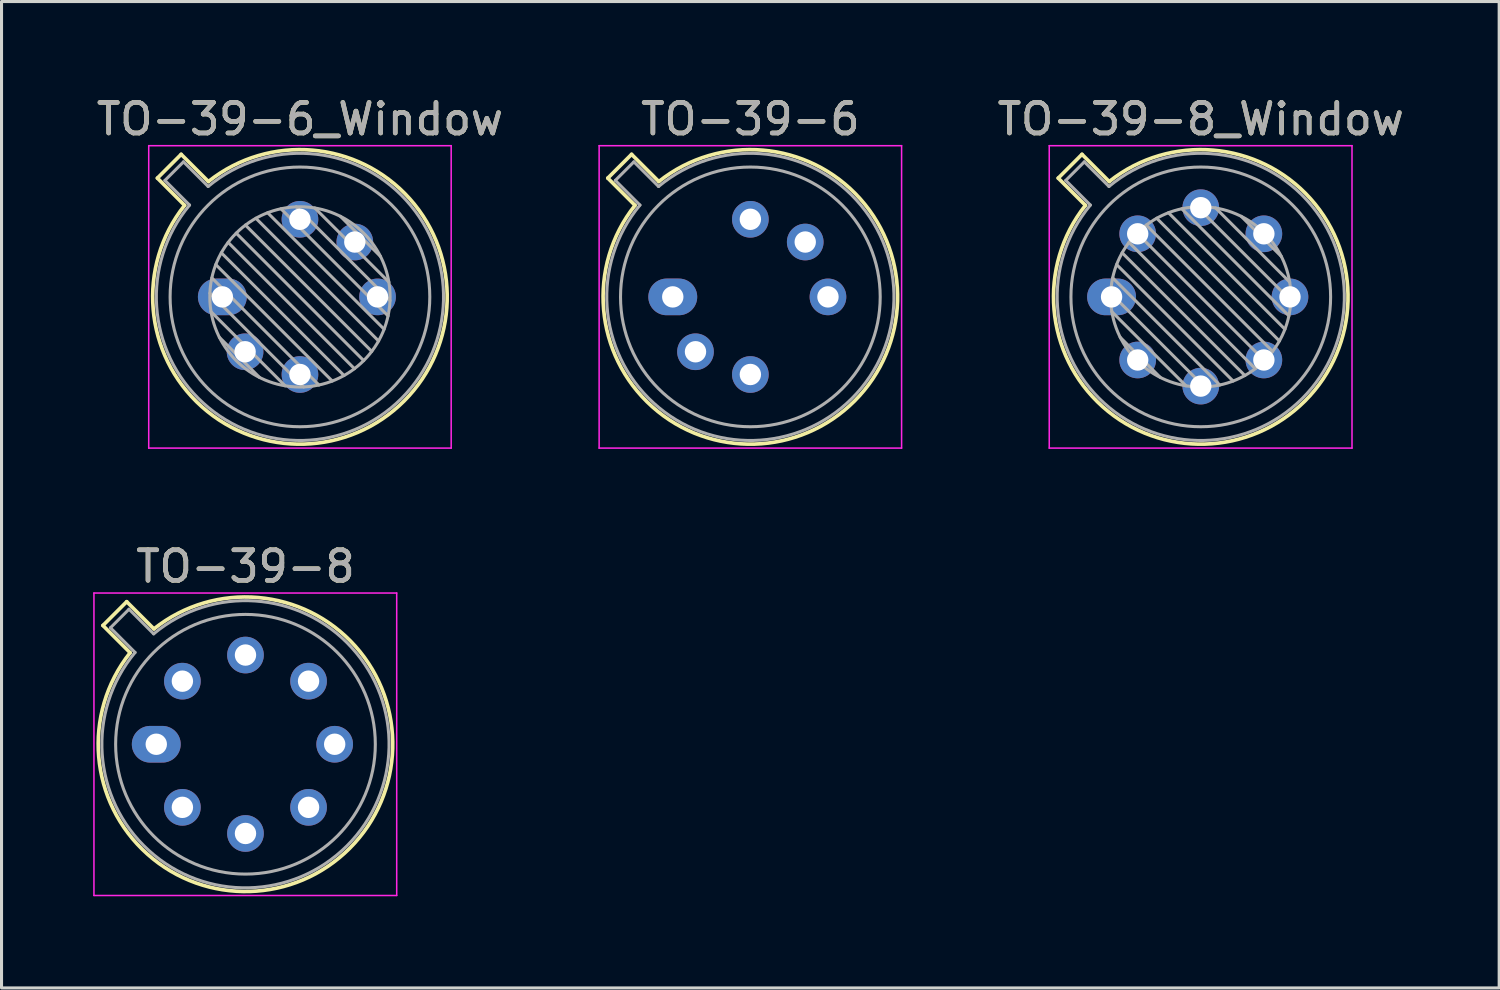
<source format=kicad_pcb>
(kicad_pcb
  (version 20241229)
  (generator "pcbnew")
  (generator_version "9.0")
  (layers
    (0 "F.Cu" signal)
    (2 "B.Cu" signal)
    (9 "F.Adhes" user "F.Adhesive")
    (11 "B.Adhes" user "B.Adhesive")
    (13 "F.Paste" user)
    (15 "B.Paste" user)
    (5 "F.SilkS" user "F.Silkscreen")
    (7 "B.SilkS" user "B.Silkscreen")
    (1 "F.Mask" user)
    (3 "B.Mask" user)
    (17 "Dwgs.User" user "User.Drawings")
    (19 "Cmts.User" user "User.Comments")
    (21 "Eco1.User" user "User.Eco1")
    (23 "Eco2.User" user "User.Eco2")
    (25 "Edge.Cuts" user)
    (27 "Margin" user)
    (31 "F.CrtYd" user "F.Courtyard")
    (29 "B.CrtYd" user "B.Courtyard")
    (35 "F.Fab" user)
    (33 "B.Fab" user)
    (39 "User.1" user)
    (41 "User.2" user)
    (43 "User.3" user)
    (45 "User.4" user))
  (footprint "TO-39-8"
    (layer "F.Cu")
    (at 2.065 21.311)
    (property "Reference" "TO-39-8" (at 2.92 -5.82 0) (layer "F.SilkS") (effects (font (size 1 1) (thickness 0.15))))
    (attr through_hole)
    (fp_line (start -1.746 -3.888) (end -0.855 -2.997) (stroke (width 0.12) (type solid)) (layer "F.SilkS"))
    (fp_line (start -0.968 -4.666) (end -1.746 -3.888) (stroke (width 0.12) (type solid)) (layer "F.SilkS"))
    (fp_line (start -0.077 -3.775) (end -0.968 -4.666) (stroke (width 0.12) (type solid)) (layer "F.SilkS"))
    (fp_arc (start -0.077084 -3.774902) (mid 6.328125 3.408384) (end -0.854674 -2.997371) (stroke (width 0.12) (type solid)) (layer "F.SilkS"))
    (fp_line (start -2.04 -4.95) (end -2.04 4.95) (stroke (width 0.05) (type solid)) (layer "F.CrtYd"))
    (fp_line (start -2.04 4.95) (end 7.87 4.95) (stroke (width 0.05) (type solid)) (layer "F.CrtYd"))
    (fp_line (start 7.87 -4.95) (end -2.04 -4.95) (stroke (width 0.05) (type solid)) (layer "F.CrtYd"))
    (fp_line (start 7.87 4.95) (end 7.87 -4.95) (stroke (width 0.05) (type solid)) (layer "F.CrtYd"))
    (fp_line (start -1.5 -3.812) (end -0.694 -3.005) (stroke (width 0.1) (type solid)) (layer "F.Fab"))
    (fp_line (start -0.892 -4.42) (end -1.5 -3.812) (stroke (width 0.1) (type solid)) (layer "F.Fab"))
    (fp_line (start -0.085 -3.614) (end -0.892 -4.42) (stroke (width 0.1) (type solid)) (layer "F.Fab"))
    (fp_arc (start -0.085408 -3.61352) (mid 6.243443 3.323361) (end -0.693594 -3.005319) (stroke (width 0.1) (type solid)) (layer "F.Fab"))
    (fp_circle (center 2.92 0) (end 7.17 0) (stroke (width 0.1) (type solid)) (fill no) (layer "F.Fab"))
    (fp_text user "${REFERENCE}" (at 2.92 -5.82 0) (layer "F.Fab") (effects (font (size 1 1) (thickness 0.15))))
    (pad "1" thru_hole oval (at 0 0) (size 1.6 1.2) (drill 0.7) (layers "*.Cu" "*.Mask"))
    (pad "2" thru_hole oval (at 0.855 2.065) (size 1.2 1.2) (drill 0.7) (layers "*.Cu" "*.Mask"))
    (pad "3" thru_hole oval (at 2.92 2.92) (size 1.2 1.2) (drill 0.7) (layers "*.Cu" "*.Mask"))
    (pad "4" thru_hole oval (at 4.985 2.065) (size 1.2 1.2) (drill 0.7) (layers "*.Cu" "*.Mask"))
    (pad "5" thru_hole oval (at 5.84 0) (size 1.2 1.2) (drill 0.7) (layers "*.Cu" "*.Mask"))
    (pad "6" thru_hole oval (at 4.985 -2.065) (size 1.2 1.2) (drill 0.7) (layers "*.Cu" "*.Mask"))
    (pad "7" thru_hole oval (at 2.92 -2.92) (size 1.2 1.2) (drill 0.7) (layers "*.Cu" "*.Mask"))
    (pad "8" thru_hole oval (at 0.855 -2.065) (size 1.2 1.2) (drill 0.7) (layers "*.Cu" "*.Mask")))
  (footprint "TO-39-6_Window"
    (layer "F.Cu")
    (at 4.228 6.668)
    (property "Reference" "TO-39-6_Window" (at 2.54 -5.82 0) (layer "F.SilkS") (effects (font (size 1 1) (thickness 0.15))))
    (attr through_hole)
    (fp_line (start -2.126 -3.888) (end -1.235 -2.997) (stroke (width 0.12) (type solid)) (layer "F.SilkS"))
    (fp_line (start -1.348 -4.666) (end -2.126 -3.888) (stroke (width 0.12) (type solid)) (layer "F.SilkS"))
    (fp_line (start -0.457 -3.775) (end -1.348 -4.666) (stroke (width 0.12) (type solid)) (layer "F.SilkS"))
    (fp_arc (start -0.457084 -3.774902) (mid 5.948125 3.408384) (end -1.234674 -2.997371) (stroke (width 0.12) (type solid)) (layer "F.SilkS"))
    (fp_line (start -2.41 -4.95) (end -2.41 4.95) (stroke (width 0.05) (type solid)) (layer "F.CrtYd"))
    (fp_line (start -2.41 4.95) (end 7.49 4.95) (stroke (width 0.05) (type solid)) (layer "F.CrtYd"))
    (fp_line (start 7.49 -4.95) (end -2.41 -4.95) (stroke (width 0.05) (type solid)) (layer "F.CrtYd"))
    (fp_line (start 7.49 4.95) (end 7.49 -4.95) (stroke (width 0.05) (type solid)) (layer "F.CrtYd"))
    (fp_line (start -1.88 -3.812) (end -1.074 -3.005) (stroke (width 0.1) (type solid)) (layer "F.Fab"))
    (fp_line (start -1.272 -4.42) (end -1.88 -3.812) (stroke (width 0.1) (type solid)) (layer "F.Fab"))
    (fp_line (start -0.465 -3.614) (end -1.272 -4.42) (stroke (width 0.1) (type solid)) (layer "F.Fab"))
    (fp_line (start -0.408 -0.12) (end 2.66 2.948) (stroke (width 0.1) (type solid)) (layer "F.Fab"))
    (fp_line (start -0.371 0.485) (end 2.055 2.911) (stroke (width 0.1) (type solid)) (layer "F.Fab"))
    (fp_line (start -0.344 -0.622) (end 3.162 2.884) (stroke (width 0.1) (type solid)) (layer "F.Fab"))
    (fp_line (start -0.215 -1.058) (end 3.598 2.755) (stroke (width 0.1) (type solid)) (layer "F.Fab"))
    (fp_line (start -0.097 1.324) (end 1.216 2.637) (stroke (width 0.1) (type solid)) (layer "F.Fab"))
    (fp_line (start -0.034 -1.443) (end 3.983 2.574) (stroke (width 0.1) (type solid)) (layer "F.Fab"))
    (fp_line (start 0.19 -1.784) (end 4.324 2.35) (stroke (width 0.1) (type solid)) (layer "F.Fab"))
    (fp_line (start 0.454 -2.086) (end 4.626 2.086) (stroke (width 0.1) (type solid)) (layer "F.Fab"))
    (fp_line (start 0.756 -2.35) (end 4.89 1.784) (stroke (width 0.1) (type solid)) (layer "F.Fab"))
    (fp_line (start 1.097 -2.574) (end 5.114 1.443) (stroke (width 0.1) (type solid)) (layer "F.Fab"))
    (fp_line (start 1.482 -2.755) (end 5.295 1.058) (stroke (width 0.1) (type solid)) (layer "F.Fab"))
    (fp_line (start 1.918 -2.884) (end 5.424 0.622) (stroke (width 0.1) (type solid)) (layer "F.Fab"))
    (fp_line (start 2.42 -2.948) (end 5.488 0.12) (stroke (width 0.1) (type solid)) (layer "F.Fab"))
    (fp_line (start 3.025 -2.911) (end 5.451 -0.485) (stroke (width 0.1) (type solid)) (layer "F.Fab"))
    (fp_line (start 3.864 -2.637) (end 5.177 -1.324) (stroke (width 0.1) (type solid)) (layer "F.Fab"))
    (fp_arc (start -0.465408 -3.61352) (mid 5.863443 3.323361) (end -1.073594 -3.005319) (stroke (width 0.1) (type solid)) (layer "F.Fab"))
    (fp_circle (center 2.54 0) (end 5.49 0) (stroke (width 0.1) (type solid)) (fill no) (layer "F.Fab"))
    (fp_circle (center 2.54 0) (end 6.79 0) (stroke (width 0.1) (type solid)) (fill no) (layer "F.Fab"))
    (fp_text user "${REFERENCE}" (at 2.54 -5.82 0) (layer "F.Fab") (effects (font (size 1 1) (thickness 0.15))))
    (pad "1" thru_hole oval (at 0 0) (size 1.6 1.2) (drill 0.7) (layers "*.Cu" "*.Mask"))
    (pad "2" thru_hole oval (at 0.744 1.796) (size 1.2 1.2) (drill 0.7) (layers "*.Cu" "*.Mask"))
    (pad "3" thru_hole oval (at 2.54 2.54) (size 1.2 1.2) (drill 0.7) (layers "*.Cu" "*.Mask"))
    (pad "4" thru_hole oval (at 5.08 0) (size 1.2 1.2) (drill 0.7) (layers "*.Cu" "*.Mask"))
    (pad "5" thru_hole oval (at 4.336 -1.796) (size 1.2 1.2) (drill 0.7) (layers "*.Cu" "*.Mask"))
    (pad "6" thru_hole oval (at 2.54 -2.54) (size 1.2 1.2) (drill 0.7) (layers "*.Cu" "*.Mask")))
  (footprint "TO-39-8_Window"
    (layer "F.Cu")
    (at 33.334 6.668)
    (property "Reference" "TO-39-8_Window" (at 2.92 -5.82 0) (layer "F.SilkS") (effects (font (size 1 1) (thickness 0.15))))
    (attr through_hole)
    (fp_line (start -1.746 -3.888) (end -0.855 -2.997) (stroke (width 0.12) (type solid)) (layer "F.SilkS"))
    (fp_line (start -0.968 -4.666) (end -1.746 -3.888) (stroke (width 0.12) (type solid)) (layer "F.SilkS"))
    (fp_line (start -0.077 -3.775) (end -0.968 -4.666) (stroke (width 0.12) (type solid)) (layer "F.SilkS"))
    (fp_arc (start -0.077084 -3.774902) (mid 6.328125 3.408384) (end -0.854674 -2.997371) (stroke (width 0.12) (type solid)) (layer "F.SilkS"))
    (fp_line (start -2.04 -4.95) (end -2.04 4.95) (stroke (width 0.05) (type solid)) (layer "F.CrtYd"))
    (fp_line (start -2.04 4.95) (end 7.87 4.95) (stroke (width 0.05) (type solid)) (layer "F.CrtYd"))
    (fp_line (start 7.87 -4.95) (end -2.04 -4.95) (stroke (width 0.05) (type solid)) (layer "F.CrtYd"))
    (fp_line (start 7.87 4.95) (end 7.87 -4.95) (stroke (width 0.05) (type solid)) (layer "F.CrtYd"))
    (fp_line (start -1.5 -3.812) (end -0.694 -3.005) (stroke (width 0.1) (type solid)) (layer "F.Fab"))
    (fp_line (start -0.892 -4.42) (end -1.5 -3.812) (stroke (width 0.1) (type solid)) (layer "F.Fab"))
    (fp_line (start -0.085 -3.614) (end -0.892 -4.42) (stroke (width 0.1) (type solid)) (layer "F.Fab"))
    (fp_line (start -0.028 -0.12) (end 3.04 2.948) (stroke (width 0.1) (type solid)) (layer "F.Fab"))
    (fp_line (start 0.009 0.485) (end 2.435 2.911) (stroke (width 0.1) (type solid)) (layer "F.Fab"))
    (fp_line (start 0.036 -0.622) (end 3.542 2.884) (stroke (width 0.1) (type solid)) (layer "F.Fab"))
    (fp_line (start 0.165 -1.058) (end 3.978 2.755) (stroke (width 0.1) (type solid)) (layer "F.Fab"))
    (fp_line (start 0.283 1.324) (end 1.596 2.637) (stroke (width 0.1) (type solid)) (layer "F.Fab"))
    (fp_line (start 0.346 -1.443) (end 4.363 2.574) (stroke (width 0.1) (type solid)) (layer "F.Fab"))
    (fp_line (start 0.57 -1.784) (end 4.704 2.35) (stroke (width 0.1) (type solid)) (layer "F.Fab"))
    (fp_line (start 0.834 -2.086) (end 5.006 2.086) (stroke (width 0.1) (type solid)) (layer "F.Fab"))
    (fp_line (start 1.136 -2.35) (end 5.27 1.784) (stroke (width 0.1) (type solid)) (layer "F.Fab"))
    (fp_line (start 1.477 -2.574) (end 5.494 1.443) (stroke (width 0.1) (type solid)) (layer "F.Fab"))
    (fp_line (start 1.862 -2.755) (end 5.675 1.058) (stroke (width 0.1) (type solid)) (layer "F.Fab"))
    (fp_line (start 2.298 -2.884) (end 5.804 0.622) (stroke (width 0.1) (type solid)) (layer "F.Fab"))
    (fp_line (start 2.8 -2.948) (end 5.868 0.12) (stroke (width 0.1) (type solid)) (layer "F.Fab"))
    (fp_line (start 3.405 -2.911) (end 5.831 -0.485) (stroke (width 0.1) (type solid)) (layer "F.Fab"))
    (fp_line (start 4.244 -2.637) (end 5.557 -1.324) (stroke (width 0.1) (type solid)) (layer "F.Fab"))
    (fp_arc (start -0.085408 -3.61352) (mid 6.243443 3.323361) (end -0.693594 -3.005319) (stroke (width 0.1) (type solid)) (layer "F.Fab"))
    (fp_circle (center 2.92 0) (end 5.87 0) (stroke (width 0.1) (type solid)) (fill no) (layer "F.Fab"))
    (fp_circle (center 2.92 0) (end 7.17 0) (stroke (width 0.1) (type solid)) (fill no) (layer "F.Fab"))
    (fp_text user "${REFERENCE}" (at 2.92 -5.82 0) (layer "F.Fab") (effects (font (size 1 1) (thickness 0.15))))
    (pad "1" thru_hole oval (at 0 0) (size 1.6 1.2) (drill 0.7) (layers "*.Cu" "*.Mask"))
    (pad "2" thru_hole oval (at 0.855 2.065) (size 1.2 1.2) (drill 0.7) (layers "*.Cu" "*.Mask"))
    (pad "3" thru_hole oval (at 2.92 2.92) (size 1.2 1.2) (drill 0.7) (layers "*.Cu" "*.Mask"))
    (pad "4" thru_hole oval (at 4.985 2.065) (size 1.2 1.2) (drill 0.7) (layers "*.Cu" "*.Mask"))
    (pad "5" thru_hole oval (at 5.84 0) (size 1.2 1.2) (drill 0.7) (layers "*.Cu" "*.Mask"))
    (pad "6" thru_hole oval (at 4.985 -2.065) (size 1.2 1.2) (drill 0.7) (layers "*.Cu" "*.Mask"))
    (pad "7" thru_hole oval (at 2.92 -2.92) (size 1.2 1.2) (drill 0.7) (layers "*.Cu" "*.Mask"))
    (pad "8" thru_hole oval (at 0.855 -2.065) (size 1.2 1.2) (drill 0.7) (layers "*.Cu" "*.Mask")))
  (footprint "TO-39-6"
    (layer "F.Cu")
    (at 18.971 6.668)
    (property "Reference" "TO-39-6" (at 2.54 -5.82 0) (layer "F.SilkS") (effects (font (size 1 1) (thickness 0.15))))
    (attr through_hole)
    (fp_line (start -2.126 -3.888) (end -1.235 -2.997) (stroke (width 0.12) (type solid)) (layer "F.SilkS"))
    (fp_line (start -1.348 -4.666) (end -2.126 -3.888) (stroke (width 0.12) (type solid)) (layer "F.SilkS"))
    (fp_line (start -0.457 -3.775) (end -1.348 -4.666) (stroke (width 0.12) (type solid)) (layer "F.SilkS"))
    (fp_arc (start -0.457084 -3.774902) (mid 5.948125 3.408384) (end -1.234674 -2.997371) (stroke (width 0.12) (type solid)) (layer "F.SilkS"))
    (fp_line (start -2.41 -4.95) (end -2.41 4.95) (stroke (width 0.05) (type solid)) (layer "F.CrtYd"))
    (fp_line (start -2.41 4.95) (end 7.49 4.95) (stroke (width 0.05) (type solid)) (layer "F.CrtYd"))
    (fp_line (start 7.49 -4.95) (end -2.41 -4.95) (stroke (width 0.05) (type solid)) (layer "F.CrtYd"))
    (fp_line (start 7.49 4.95) (end 7.49 -4.95) (stroke (width 0.05) (type solid)) (layer "F.CrtYd"))
    (fp_line (start -1.88 -3.812) (end -1.074 -3.005) (stroke (width 0.1) (type solid)) (layer "F.Fab"))
    (fp_line (start -1.272 -4.42) (end -1.88 -3.812) (stroke (width 0.1) (type solid)) (layer "F.Fab"))
    (fp_line (start -0.465 -3.614) (end -1.272 -4.42) (stroke (width 0.1) (type solid)) (layer "F.Fab"))
    (fp_arc (start -0.465408 -3.61352) (mid 5.863443 3.323361) (end -1.073594 -3.005319) (stroke (width 0.1) (type solid)) (layer "F.Fab"))
    (fp_circle (center 2.54 0) (end 6.79 0) (stroke (width 0.1) (type solid)) (fill no) (layer "F.Fab"))
    (fp_text user "${REFERENCE}" (at 2.54 -5.82 0) (layer "F.Fab") (effects (font (size 1 1) (thickness 0.15))))
    (pad "1" thru_hole oval (at 0 0) (size 1.6 1.2) (drill 0.7) (layers "*.Cu" "*.Mask"))
    (pad "2" thru_hole oval (at 0.744 1.796) (size 1.2 1.2) (drill 0.7) (layers "*.Cu" "*.Mask"))
    (pad "3" thru_hole oval (at 2.54 2.54) (size 1.2 1.2) (drill 0.7) (layers "*.Cu" "*.Mask"))
    (pad "4" thru_hole oval (at 5.08 0) (size 1.2 1.2) (drill 0.7) (layers "*.Cu" "*.Mask"))
    (pad "5" thru_hole oval (at 4.336 -1.796) (size 1.2 1.2) (drill 0.7) (layers "*.Cu" "*.Mask"))
    (pad "6" thru_hole oval (at 2.54 -2.54) (size 1.2 1.2) (drill 0.7) (layers "*.Cu" "*.Mask")))
  (gr_rect
    (start -3 -3)
    (end 46.021 29.287)
    (stroke (width 0.1) (type default))
    (fill no)
    (layer "Edge.Cuts")))
</source>
